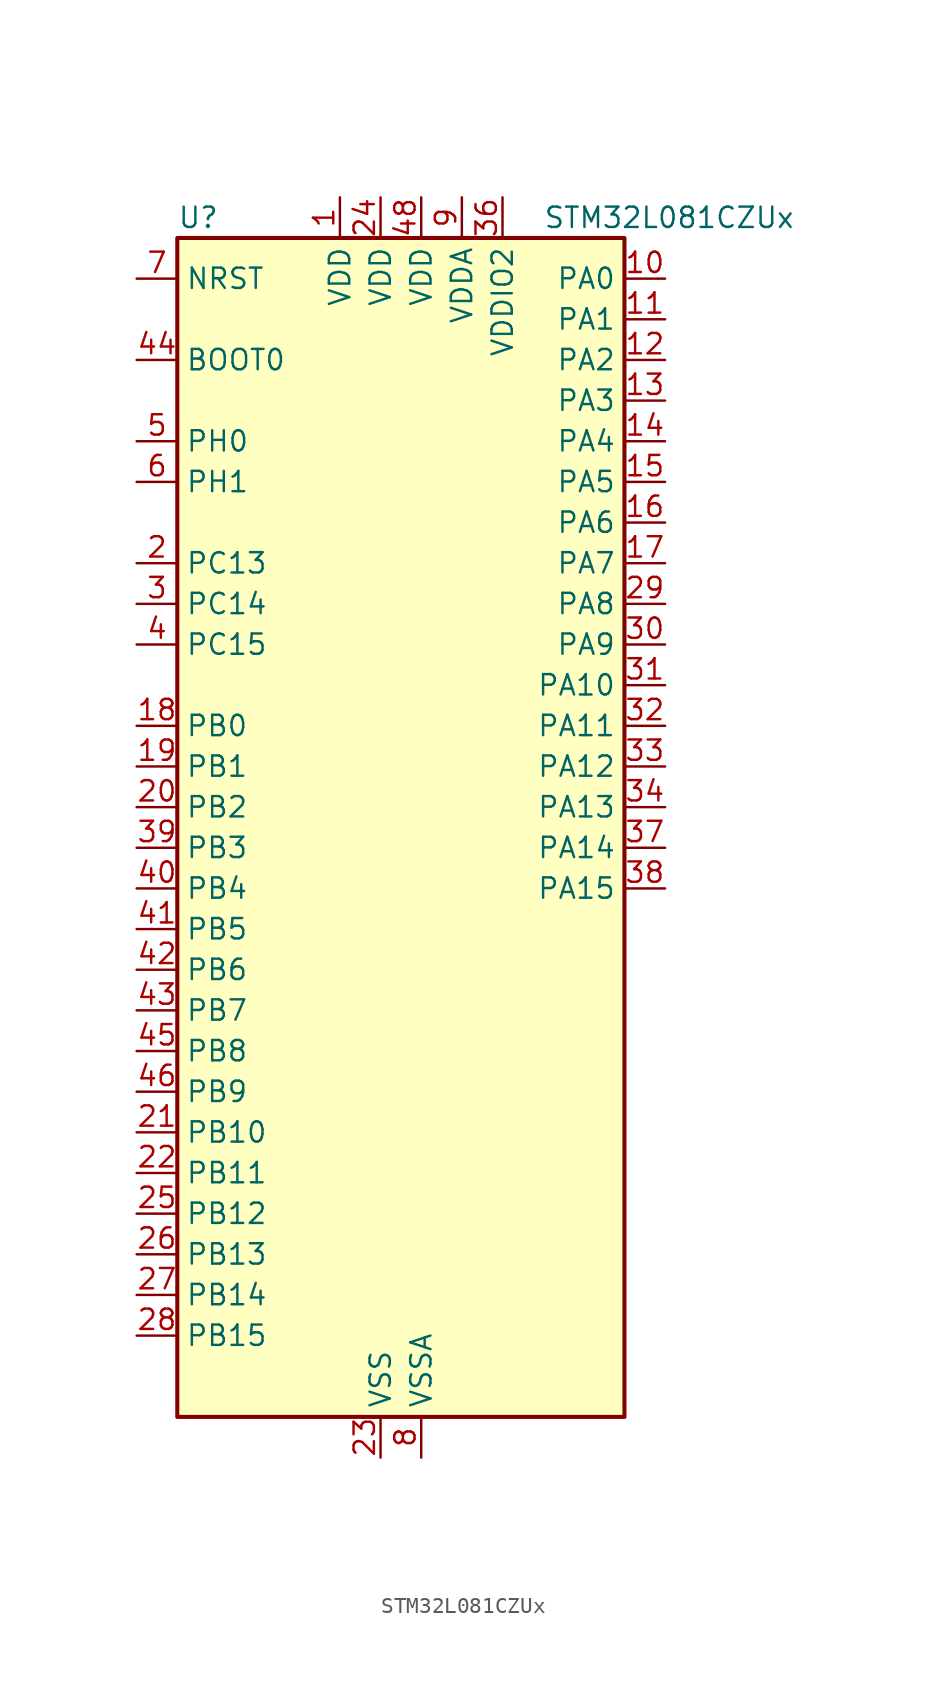
<source format=kicad_sym>
(kicad_symbol_lib
  (version 20231120)
  (generator "kicad_symbol_editor")
  (generator_version "8.0")
  (symbol "STM32L081CZUx"
    (property "Reference" "U"
      (at -12.7 39.37 0)
      (effects (font (size 1.27 1.27)) (justify left)))
    (property "Value" "STM32L081CZUx"
      (at 10.16 39.37 0)
      (effects (font (size 1.27 1.27)) (justify left)))
    (property "ki_locked" ""
      (at 0 0 0)
      (effects (font (size 1.27 1.27))))
    (symbol "STM32L081CZUx_0_1"
      (rectangle (start -12.7 -35.56) (end 15.24 38.1) (stroke (width 0.254) (type default)) (fill (type background))))
    (symbol "STM32L081CZUx_1_1"
      (pin power_in line (at -2.54 40.64 270) (length 2.54) (name "VDD" (effects (font (size 1.27 1.27)))) (number "1" (effects (font (size 1.27 1.27)))))
      (pin bidirectional line (at 17.78 35.56 180) (length 2.54) (name "PA0" (effects (font (size 1.27 1.27)))) (number "10" (effects (font (size 1.27 1.27)))) (alternate "ADC_IN0" bidirectional line) (alternate "COMP1_INM" bidirectional line) (alternate "COMP1_OUT" bidirectional line) (alternate "RTC_TAMP2" bidirectional line) (alternate "SYS_WKUP1" bidirectional line) (alternate "TIM2_CH1" bidirectional line) (alternate "TIM2_ETR" bidirectional line) (alternate "USART2_CTS" bidirectional line) (alternate "USART4_TX" bidirectional line))
      (pin bidirectional line (at 17.78 33.02 180) (length 2.54) (name "PA1" (effects (font (size 1.27 1.27)))) (number "11" (effects (font (size 1.27 1.27)))) (alternate "ADC_IN1" bidirectional line) (alternate "COMP1_INP" bidirectional line) (alternate "TIM21_ETR" bidirectional line) (alternate "TIM2_CH2" bidirectional line) (alternate "USART2_DE" bidirectional line) (alternate "USART2_RTS" bidirectional line) (alternate "USART4_RX" bidirectional line))
      (pin bidirectional line (at 17.78 30.48 180) (length 2.54) (name "PA2" (effects (font (size 1.27 1.27)))) (number "12" (effects (font (size 1.27 1.27)))) (alternate "ADC_IN2" bidirectional line) (alternate "COMP2_INM" bidirectional line) (alternate "COMP2_OUT" bidirectional line) (alternate "LPUART1_TX" bidirectional line) (alternate "TIM21_CH1" bidirectional line) (alternate "TIM2_CH3" bidirectional line) (alternate "USART2_TX" bidirectional line))
      (pin bidirectional line (at 17.78 27.94 180) (length 2.54) (name "PA3" (effects (font (size 1.27 1.27)))) (number "13" (effects (font (size 1.27 1.27)))) (alternate "ADC_IN3" bidirectional line) (alternate "COMP2_INP" bidirectional line) (alternate "LPUART1_RX" bidirectional line) (alternate "TIM21_CH2" bidirectional line) (alternate "TIM2_CH4" bidirectional line) (alternate "USART2_RX" bidirectional line))
      (pin bidirectional line (at 17.78 25.4 180) (length 2.54) (name "PA4" (effects (font (size 1.27 1.27)))) (number "14" (effects (font (size 1.27 1.27)))) (alternate "ADC_IN4" bidirectional line) (alternate "COMP1_INM" bidirectional line) (alternate "COMP2_INM" bidirectional line) (alternate "SPI1_NSS" bidirectional line) (alternate "TIM22_ETR" bidirectional line) (alternate "USART2_CK" bidirectional line))
      (pin bidirectional line (at 17.78 22.86 180) (length 2.54) (name "PA5" (effects (font (size 1.27 1.27)))) (number "15" (effects (font (size 1.27 1.27)))) (alternate "ADC_IN5" bidirectional line) (alternate "COMP1_INM" bidirectional line) (alternate "COMP2_INM" bidirectional line) (alternate "SPI1_SCK" bidirectional line) (alternate "TIM2_CH1" bidirectional line) (alternate "TIM2_ETR" bidirectional line))
      (pin bidirectional line (at 17.78 20.32 180) (length 2.54) (name "PA6" (effects (font (size 1.27 1.27)))) (number "16" (effects (font (size 1.27 1.27)))) (alternate "ADC_IN6" bidirectional line) (alternate "COMP1_OUT" bidirectional line) (alternate "LPUART1_CTS" bidirectional line) (alternate "SPI1_MISO" bidirectional line) (alternate "TIM22_CH1" bidirectional line) (alternate "TIM3_CH1" bidirectional line))
      (pin bidirectional line (at 17.78 17.78 180) (length 2.54) (name "PA7" (effects (font (size 1.27 1.27)))) (number "17" (effects (font (size 1.27 1.27)))) (alternate "ADC_IN7" bidirectional line) (alternate "COMP2_OUT" bidirectional line) (alternate "SPI1_MOSI" bidirectional line) (alternate "TIM22_CH2" bidirectional line) (alternate "TIM3_CH2" bidirectional line))
      (pin bidirectional line (at -15.24 7.62 0) (length 2.54) (name "PB0" (effects (font (size 1.27 1.27)))) (number "18" (effects (font (size 1.27 1.27)))) (alternate "ADC_IN8" bidirectional line) (alternate "SYS_VREF_OUT_PB0" bidirectional line) (alternate "TIM3_CH3" bidirectional line))
      (pin bidirectional line (at -15.24 5.08 0) (length 2.54) (name "PB1" (effects (font (size 1.27 1.27)))) (number "19" (effects (font (size 1.27 1.27)))) (alternate "ADC_IN9" bidirectional line) (alternate "LPUART1_DE" bidirectional line) (alternate "LPUART1_RTS" bidirectional line) (alternate "SYS_VREF_OUT_PB1" bidirectional line) (alternate "TIM3_CH4" bidirectional line))
      (pin bidirectional line (at -15.24 17.78 0) (length 2.54) (name "PC13" (effects (font (size 1.27 1.27)))) (number "2" (effects (font (size 1.27 1.27)))) (alternate "RTC_OUT_ALARM" bidirectional line) (alternate "RTC_OUT_CALIB" bidirectional line) (alternate "RTC_TAMP1" bidirectional line) (alternate "RTC_TS" bidirectional line) (alternate "SYS_WKUP2" bidirectional line))
      (pin bidirectional line (at -15.24 2.54 0) (length 2.54) (name "PB2" (effects (font (size 1.27 1.27)))) (number "20" (effects (font (size 1.27 1.27)))) (alternate "I2C3_SMBA" bidirectional line) (alternate "LPTIM1_OUT" bidirectional line))
      (pin bidirectional line (at -15.24 -17.78 0) (length 2.54) (name "PB10" (effects (font (size 1.27 1.27)))) (number "21" (effects (font (size 1.27 1.27)))) (alternate "I2C2_SCL" bidirectional line) (alternate "LPUART1_RX" bidirectional line) (alternate "LPUART1_TX" bidirectional line) (alternate "SPI2_SCK" bidirectional line) (alternate "TIM2_CH3" bidirectional line))
      (pin bidirectional line (at -15.24 -20.32 0) (length 2.54) (name "PB11" (effects (font (size 1.27 1.27)))) (number "22" (effects (font (size 1.27 1.27)))) (alternate "ADC_EXTI11" bidirectional line) (alternate "I2C2_SDA" bidirectional line) (alternate "LPUART1_RX" bidirectional line) (alternate "LPUART1_TX" bidirectional line) (alternate "TIM2_CH4" bidirectional line))
      (pin power_in line (at 0 -38.1 90) (length 2.54) (name "VSS" (effects (font (size 1.27 1.27)))) (number "23" (effects (font (size 1.27 1.27)))))
      (pin power_in line (at 0 40.64 270) (length 2.54) (name "VDD" (effects (font (size 1.27 1.27)))) (number "24" (effects (font (size 1.27 1.27)))))
      (pin bidirectional line (at -15.24 -22.86 0) (length 2.54) (name "PB12" (effects (font (size 1.27 1.27)))) (number "25" (effects (font (size 1.27 1.27)))) (alternate "I2S2_WS" bidirectional line) (alternate "LPUART1_DE" bidirectional line) (alternate "LPUART1_RTS" bidirectional line) (alternate "SPI2_NSS" bidirectional line))
      (pin bidirectional line (at -15.24 -25.4 0) (length 2.54) (name "PB13" (effects (font (size 1.27 1.27)))) (number "26" (effects (font (size 1.27 1.27)))) (alternate "I2C2_SCL" bidirectional line) (alternate "I2S2_CK" bidirectional line) (alternate "LPUART1_CTS" bidirectional line) (alternate "RCC_MCO" bidirectional line) (alternate "SPI2_SCK" bidirectional line) (alternate "TIM21_CH1" bidirectional line))
      (pin bidirectional line (at -15.24 -27.94 0) (length 2.54) (name "PB14" (effects (font (size 1.27 1.27)))) (number "27" (effects (font (size 1.27 1.27)))) (alternate "I2C2_SDA" bidirectional line) (alternate "I2S2_MCK" bidirectional line) (alternate "LPUART1_DE" bidirectional line) (alternate "LPUART1_RTS" bidirectional line) (alternate "RTC_OUT_ALARM" bidirectional line) (alternate "RTC_OUT_CALIB" bidirectional line) (alternate "SPI2_MISO" bidirectional line) (alternate "TIM21_CH2" bidirectional line))
      (pin bidirectional line (at -15.24 -30.48 0) (length 2.54) (name "PB15" (effects (font (size 1.27 1.27)))) (number "28" (effects (font (size 1.27 1.27)))) (alternate "I2S2_SD" bidirectional line) (alternate "RTC_REFIN" bidirectional line) (alternate "SPI2_MOSI" bidirectional line))
      (pin bidirectional line (at 17.78 15.24 180) (length 2.54) (name "PA8" (effects (font (size 1.27 1.27)))) (number "29" (effects (font (size 1.27 1.27)))) (alternate "I2C3_SCL" bidirectional line) (alternate "RCC_MCO" bidirectional line) (alternate "USART1_CK" bidirectional line))
      (pin bidirectional line (at -15.24 15.24 0) (length 2.54) (name "PC14" (effects (font (size 1.27 1.27)))) (number "3" (effects (font (size 1.27 1.27)))) (alternate "RCC_OSC32_IN" bidirectional line))
      (pin bidirectional line (at 17.78 12.7 180) (length 2.54) (name "PA9" (effects (font (size 1.27 1.27)))) (number "30" (effects (font (size 1.27 1.27)))) (alternate "I2C1_SCL" bidirectional line) (alternate "I2C3_SMBA" bidirectional line) (alternate "RCC_MCO" bidirectional line) (alternate "USART1_TX" bidirectional line))
      (pin bidirectional line (at 17.78 10.16 180) (length 2.54) (name "PA10" (effects (font (size 1.27 1.27)))) (number "31" (effects (font (size 1.27 1.27)))) (alternate "I2C1_SDA" bidirectional line) (alternate "USART1_RX" bidirectional line))
      (pin bidirectional line (at 17.78 7.62 180) (length 2.54) (name "PA11" (effects (font (size 1.27 1.27)))) (number "32" (effects (font (size 1.27 1.27)))) (alternate "ADC_EXTI11" bidirectional line) (alternate "COMP1_OUT" bidirectional line) (alternate "SPI1_MISO" bidirectional line) (alternate "USART1_CTS" bidirectional line))
      (pin bidirectional line (at 17.78 5.08 180) (length 2.54) (name "PA12" (effects (font (size 1.27 1.27)))) (number "33" (effects (font (size 1.27 1.27)))) (alternate "COMP2_OUT" bidirectional line) (alternate "SPI1_MOSI" bidirectional line) (alternate "USART1_DE" bidirectional line) (alternate "USART1_RTS" bidirectional line))
      (pin bidirectional line (at 17.78 2.54 180) (length 2.54) (name "PA13" (effects (font (size 1.27 1.27)))) (number "34" (effects (font (size 1.27 1.27)))) (alternate "LPUART1_RX" bidirectional line) (alternate "SYS_SWDIO" bidirectional line))
      (pin passive line (at 0 -38.1 90) (length 2.54) hide (name "VSS" (effects (font (size 1.27 1.27)))) (number "35" (effects (font (size 1.27 1.27)))))
      (pin power_in line (at 7.62 40.64 270) (length 2.54) (name "VDDIO2" (effects (font (size 1.27 1.27)))) (number "36" (effects (font (size 1.27 1.27)))))
      (pin bidirectional line (at 17.78 0 180) (length 2.54) (name "PA14" (effects (font (size 1.27 1.27)))) (number "37" (effects (font (size 1.27 1.27)))) (alternate "LPUART1_TX" bidirectional line) (alternate "SYS_SWCLK" bidirectional line) (alternate "USART2_TX" bidirectional line))
      (pin bidirectional line (at 17.78 -2.54 180) (length 2.54) (name "PA15" (effects (font (size 1.27 1.27)))) (number "38" (effects (font (size 1.27 1.27)))) (alternate "SPI1_NSS" bidirectional line) (alternate "TIM2_CH1" bidirectional line) (alternate "TIM2_ETR" bidirectional line) (alternate "USART2_RX" bidirectional line) (alternate "USART4_DE" bidirectional line) (alternate "USART4_RTS" bidirectional line))
      (pin bidirectional line (at -15.24 0 0) (length 2.54) (name "PB3" (effects (font (size 1.27 1.27)))) (number "39" (effects (font (size 1.27 1.27)))) (alternate "COMP2_INM" bidirectional line) (alternate "SPI1_SCK" bidirectional line) (alternate "TIM2_CH2" bidirectional line) (alternate "USART1_DE" bidirectional line) (alternate "USART1_RTS" bidirectional line) (alternate "USART5_TX" bidirectional line))
      (pin bidirectional line (at -15.24 12.7 0) (length 2.54) (name "PC15" (effects (font (size 1.27 1.27)))) (number "4" (effects (font (size 1.27 1.27)))) (alternate "RCC_OSC32_OUT" bidirectional line))
      (pin bidirectional line (at -15.24 -2.54 0) (length 2.54) (name "PB4" (effects (font (size 1.27 1.27)))) (number "40" (effects (font (size 1.27 1.27)))) (alternate "COMP2_INP" bidirectional line) (alternate "I2C3_SDA" bidirectional line) (alternate "SPI1_MISO" bidirectional line) (alternate "TIM22_CH1" bidirectional line) (alternate "TIM3_CH1" bidirectional line) (alternate "USART1_CTS" bidirectional line) (alternate "USART5_RX" bidirectional line))
      (pin bidirectional line (at -15.24 -5.08 0) (length 2.54) (name "PB5" (effects (font (size 1.27 1.27)))) (number "41" (effects (font (size 1.27 1.27)))) (alternate "COMP2_INP" bidirectional line) (alternate "I2C1_SMBA" bidirectional line) (alternate "LPTIM1_IN1" bidirectional line) (alternate "SPI1_MOSI" bidirectional line) (alternate "TIM22_CH2" bidirectional line) (alternate "TIM3_CH2" bidirectional line) (alternate "USART1_CK" bidirectional line) (alternate "USART5_CK" bidirectional line) (alternate "USART5_DE" bidirectional line) (alternate "USART5_RTS" bidirectional line))
      (pin bidirectional line (at -15.24 -7.62 0) (length 2.54) (name "PB6" (effects (font (size 1.27 1.27)))) (number "42" (effects (font (size 1.27 1.27)))) (alternate "COMP2_INP" bidirectional line) (alternate "I2C1_SCL" bidirectional line) (alternate "LPTIM1_ETR" bidirectional line) (alternate "USART1_TX" bidirectional line))
      (pin bidirectional line (at -15.24 -10.16 0) (length 2.54) (name "PB7" (effects (font (size 1.27 1.27)))) (number "43" (effects (font (size 1.27 1.27)))) (alternate "COMP2_INP" bidirectional line) (alternate "I2C1_SDA" bidirectional line) (alternate "LPTIM1_IN2" bidirectional line) (alternate "SYS_PVD_IN" bidirectional line) (alternate "USART1_RX" bidirectional line) (alternate "USART4_CTS" bidirectional line))
      (pin input line (at -15.24 30.48 0) (length 2.54) (name "BOOT0" (effects (font (size 1.27 1.27)))) (number "44" (effects (font (size 1.27 1.27)))))
      (pin bidirectional line (at -15.24 -12.7 0) (length 2.54) (name "PB8" (effects (font (size 1.27 1.27)))) (number "45" (effects (font (size 1.27 1.27)))) (alternate "I2C1_SCL" bidirectional line))
      (pin bidirectional line (at -15.24 -15.24 0) (length 2.54) (name "PB9" (effects (font (size 1.27 1.27)))) (number "46" (effects (font (size 1.27 1.27)))) (alternate "I2C1_SDA" bidirectional line) (alternate "I2S2_WS" bidirectional line) (alternate "SPI2_NSS" bidirectional line))
      (pin passive line (at 0 -38.1 90) (length 2.54) hide (name "VSS" (effects (font (size 1.27 1.27)))) (number "47" (effects (font (size 1.27 1.27)))))
      (pin power_in line (at 2.54 40.64 270) (length 2.54) (name "VDD" (effects (font (size 1.27 1.27)))) (number "48" (effects (font (size 1.27 1.27)))))
      (pin passive line (at 0 -38.1 90) (length 2.54) hide (name "VSS" (effects (font (size 1.27 1.27)))) (number "49" (effects (font (size 1.27 1.27)))))
      (pin bidirectional line (at -15.24 25.4 0) (length 2.54) (name "PH0" (effects (font (size 1.27 1.27)))) (number "5" (effects (font (size 1.27 1.27)))) (alternate "RCC_OSC_IN" bidirectional line))
      (pin bidirectional line (at -15.24 22.86 0) (length 2.54) (name "PH1" (effects (font (size 1.27 1.27)))) (number "6" (effects (font (size 1.27 1.27)))) (alternate "RCC_OSC_OUT" bidirectional line))
      (pin input line (at -15.24 35.56 0) (length 2.54) (name "NRST" (effects (font (size 1.27 1.27)))) (number "7" (effects (font (size 1.27 1.27)))))
      (pin power_in line (at 2.54 -38.1 90) (length 2.54) (name "VSSA" (effects (font (size 1.27 1.27)))) (number "8" (effects (font (size 1.27 1.27)))))
      (pin power_in line (at 5.08 40.64 270) (length 2.54) (name "VDDA" (effects (font (size 1.27 1.27)))) (number "9" (effects (font (size 1.27 1.27))))))))
</source>
